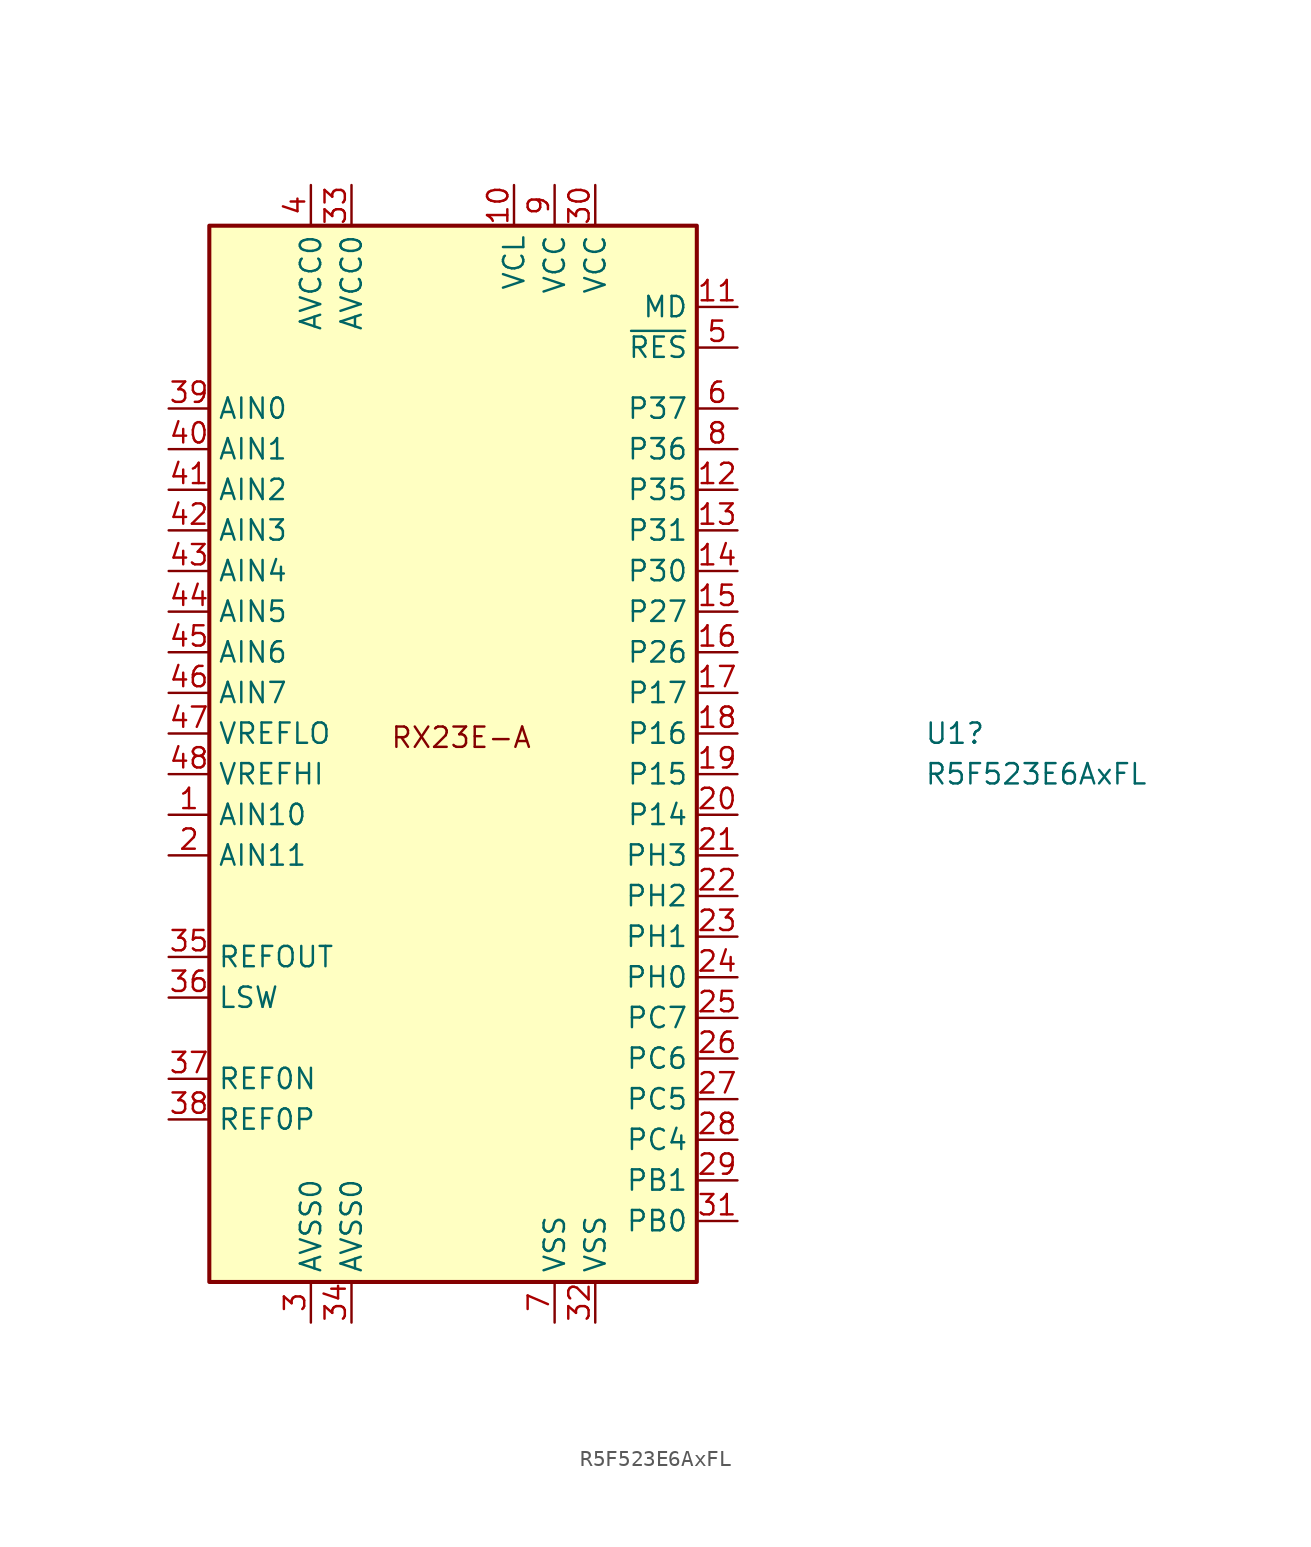
<source format=kicad_sym>
(kicad_symbol_lib
  (version 20231120)
  (generator "kicad_symbol_editor")
  (generator_version "8.0")
  (symbol "R5F523E6AxFL"
    (property "Reference" "U1"
      (at 29.464 1.27 0)
      (effects (font (size 1.27 1.27)) (justify left)))
    (property "Value" "R5F523E6AxFL"
      (at 29.464 -1.27 0)
      (effects (font (size 1.27 1.27)) (justify left)))
    (symbol "R5F523E6AxFL_1_1"
      (rectangle (start -15.24 33.02) (end 15.24 -33.02) (stroke (width 0.254) (type default)) (fill (type background)))
      (text "RX23E-A" (at 0.508 1.016 0) (effects (font (size 1.27 1.27))))
      (pin input line (at -17.78 -3.81 0) (length 2.54) (name "AIN10" (effects (font (size 1.27 1.27)))) (number "1" (effects (font (size 1.27 1.27)))) (alternate "AN004" input line))
      (pin passive line (at 3.81 35.56 270) (length 2.54) (name "VCL" (effects (font (size 1.27 1.27)))) (number "10" (effects (font (size 1.27 1.27)))))
      (pin input line (at 17.78 27.94 180) (length 2.54) (name "MD" (effects (font (size 1.27 1.27)))) (number "11" (effects (font (size 1.27 1.27)))) (alternate "FINED" bidirectional line))
      (pin bidirectional line (at 17.78 16.51 180) (length 2.54) (name "P35" (effects (font (size 1.27 1.27)))) (number "12" (effects (font (size 1.27 1.27)))) (alternate "NMI" input line))
      (pin bidirectional line (at 17.78 13.97 180) (length 2.54) (name "P31" (effects (font (size 1.27 1.27)))) (number "13" (effects (font (size 1.27 1.27)))) (alternate "CTS1#" input line) (alternate "IRQ1" input line) (alternate "MTIOC1A" bidirectional line) (alternate "MTIOC4D" bidirectional line) (alternate "RTS1#" output line) (alternate "SS1#" input line) (alternate "TMO3" output line))
      (pin bidirectional line (at 17.78 11.43 180) (length 2.54) (name "P30" (effects (font (size 1.27 1.27)))) (number "14" (effects (font (size 1.27 1.27)))) (alternate "IRQ0" input line) (alternate "MTIOC0A" bidirectional line) (alternate "MTIOC4B" bidirectional line) (alternate "POE8#" input line) (alternate "RXD1" input line) (alternate "SMISO1" bidirectional line) (alternate "SSCL1" bidirectional line) (alternate "TMCI3" input line))
      (pin bidirectional line (at 17.78 8.89 180) (length 2.54) (name "P27" (effects (font (size 1.27 1.27)))) (number "15" (effects (font (size 1.27 1.27)))) (alternate "IRQ3" input line) (alternate "MTIOC2B" bidirectional line) (alternate "MTIOC4A" bidirectional line) (alternate "SCK1" bidirectional line) (alternate "TMRI3" input line))
      (pin bidirectional line (at 17.78 6.35 180) (length 2.54) (name "P26" (effects (font (size 1.27 1.27)))) (number "16" (effects (font (size 1.27 1.27)))) (alternate "IRQ2" input line) (alternate "MTIOC2A" bidirectional line) (alternate "MTIOC4C" bidirectional line) (alternate "SMOSI1" bidirectional line) (alternate "SSDA1" bidirectional line) (alternate "TMO0" output line) (alternate "TXD1" output line))
      (pin bidirectional line (at 17.78 3.81 180) (length 2.54) (name "P17" (effects (font (size 1.27 1.27)))) (number "17" (effects (font (size 1.27 1.27)))) (alternate "IRQ7" input line) (alternate "MISOA" bidirectional line) (alternate "MTIOC3A" bidirectional line) (alternate "MTIOC3B" bidirectional line) (alternate "POE8#" input line) (alternate "SCK1" bidirectional line) (alternate "SDA" bidirectional line) (alternate "TMO1" output line))
      (pin bidirectional line (at 17.78 1.27 180) (length 2.54) (name "P16" (effects (font (size 1.27 1.27)))) (number "18" (effects (font (size 1.27 1.27)))) (alternate "ADTRG0#" input line) (alternate "IRQ6" input line) (alternate "MOSIA" bidirectional line) (alternate "MTIOC3C" bidirectional line) (alternate "MTIOC3D" bidirectional line) (alternate "SCL" bidirectional line) (alternate "SMOSI1" bidirectional line) (alternate "SSDA1" bidirectional line) (alternate "TMO2" output line) (alternate "TXD1" output line))
      (pin bidirectional line (at 17.78 -1.27 180) (length 2.54) (name "P15" (effects (font (size 1.27 1.27)))) (number "19" (effects (font (size 1.27 1.27)))) (alternate "CRXD0" input line) (alternate "IRQ5" input line) (alternate "MTCLKB" input line) (alternate "MTIOC0B" bidirectional line) (alternate "RXD1" input line) (alternate "SMISO1" bidirectional line) (alternate "SSCL1" bidirectional line) (alternate "SSLA1" output line) (alternate "TMCI2" input line))
      (pin input line (at -17.78 -6.35 0) (length 2.54) (name "AIN11" (effects (font (size 1.27 1.27)))) (number "2" (effects (font (size 1.27 1.27)))) (alternate "AN005" input line))
      (pin bidirectional line (at 17.78 -3.81 180) (length 2.54) (name "P14" (effects (font (size 1.27 1.27)))) (number "20" (effects (font (size 1.27 1.27)))) (alternate "CTS1#" input line) (alternate "CTXD0" output line) (alternate "IRQ4" input line) (alternate "MTCLKA" input line) (alternate "MTIOC3A" bidirectional line) (alternate "RTS1#" output line) (alternate "SS1#" input line) (alternate "SSLA3" output line) (alternate "TMRI2" input line))
      (pin bidirectional line (at 17.78 -6.35 180) (length 2.54) (name "PH3" (effects (font (size 1.27 1.27)))) (number "21" (effects (font (size 1.27 1.27)))) (alternate "CTS6#" input line) (alternate "MTCLKB" input line) (alternate "MTIC5W" input line) (alternate "POE2#" input line) (alternate "RSPCKA" bidirectional line) (alternate "RTS6#" output line) (alternate "SS6#" input line) (alternate "TMCI0" input line))
      (pin bidirectional line (at 17.78 -8.89 180) (length 2.54) (name "PH2" (effects (font (size 1.27 1.27)))) (number "22" (effects (font (size 1.27 1.27)))) (alternate "IRQ1" input line) (alternate "MOSIA" input line) (alternate "MTCLKA" input line) (alternate "MTIC5V" input line) (alternate "SCK5" bidirectional line) (alternate "TMRI0" input line))
      (pin bidirectional line (at 17.78 -11.43 180) (length 2.54) (name "PH1" (effects (font (size 1.27 1.27)))) (number "23" (effects (font (size 1.27 1.27)))) (alternate "CLKOUT" output line) (alternate "IRQ0" input line) (alternate "MTCLKD" input line) (alternate "MTIC5U" input line) (alternate "POE2#" input line) (alternate "SMOSI5" bidirectional line) (alternate "SSDA5" bidirectional line) (alternate "SSLA0" bidirectional line) (alternate "TMO0" output line) (alternate "TXD5" output line))
      (pin bidirectional line (at 17.78 -13.97 180) (length 2.54) (name "PH0" (effects (font (size 1.27 1.27)))) (number "24" (effects (font (size 1.27 1.27)))) (alternate "CACREF" input line) (alternate "MTCLKC" input line) (alternate "MTIOC0D" bidirectional line) (alternate "RXD5" input line) (alternate "SMISO5" bidirectional line) (alternate "SSCL5" bidirectional line) (alternate "SSLA2" output line) (alternate "TMRI0" input line))
      (pin bidirectional line (at 17.78 -16.51 180) (length 2.54) (name "PC7" (effects (font (size 1.27 1.27)))) (number "25" (effects (font (size 1.27 1.27)))) (alternate "CACREF" input line) (alternate "MISOA" bidirectional line) (alternate "MTCLKB" input line) (alternate "MTIOC3A" bidirectional line) (alternate "SMOSI6" bidirectional line) (alternate "SSDA6" bidirectional line) (alternate "TMO2" output line) (alternate "TXD6" output line))
      (pin bidirectional line (at 17.78 -19.05 180) (length 2.54) (name "PC6" (effects (font (size 1.27 1.27)))) (number "26" (effects (font (size 1.27 1.27)))) (alternate "MOSIA" bidirectional line) (alternate "MTCLKA" input line) (alternate "MTIOC3C" bidirectional line) (alternate "RXD6" input line) (alternate "SMISO6" bidirectional line) (alternate "SSCL6" bidirectional line) (alternate "TMCI2" input line))
      (pin bidirectional line (at 17.78 -21.59 180) (length 2.54) (name "PC5" (effects (font (size 1.27 1.27)))) (number "27" (effects (font (size 1.27 1.27)))) (alternate "MTCLKD" input line) (alternate "MTIOC3B" bidirectional line) (alternate "RSPCKA" bidirectional line) (alternate "SCK12" bidirectional line) (alternate "SCK5" bidirectional line) (alternate "SCK6" bidirectional line) (alternate "TMRI2" input line))
      (pin bidirectional line (at 17.78 -24.13 180) (length 2.54) (name "PC4" (effects (font (size 1.27 1.27)))) (number "28" (effects (font (size 1.27 1.27)))) (alternate "CTS12#" input line) (alternate "CTS5#" input line) (alternate "MTCLKC" input line) (alternate "MTIOC3D" bidirectional line) (alternate "POE0#" input line) (alternate "RTS12#" output line) (alternate "RTS5#" output line) (alternate "SS12#" input line) (alternate "SS5#" input line) (alternate "SSLA0 " bidirectional line) (alternate "TMCI1" bidirectional line))
      (pin bidirectional line (at 17.78 -26.67 180) (length 2.54) (name "PB1" (effects (font (size 1.27 1.27)))) (number "29" (effects (font (size 1.27 1.27)))) (alternate "MTIOC1B" bidirectional line) (alternate "MTIOC2A" bidirectional line) (alternate "POE1#" input line) (alternate "SIOX12" bidirectional line) (alternate "SMOSI12" bidirectional line) (alternate "SSDA12" bidirectional line) (alternate "TMRI1" input line) (alternate "TXD12" output line) (alternate "TXDX12" output line))
      (pin power_in line (at -8.89 -35.56 90) (length 2.54) (name "AVSS0" (effects (font (size 1.27 1.27)))) (number "3" (effects (font (size 1.27 1.27)))))
      (pin power_in line (at 8.89 35.56 270) (length 2.54) (name "VCC" (effects (font (size 1.27 1.27)))) (number "30" (effects (font (size 1.27 1.27)))))
      (pin bidirectional line (at 17.78 -29.21 180) (length 2.54) (name "PB0" (effects (font (size 1.27 1.27)))) (number "31" (effects (font (size 1.27 1.27)))) (alternate "IRQ4" input line) (alternate "MTIOC0C" bidirectional line) (alternate "POE3#" input line) (alternate "RXD12" input line) (alternate "RXDX12" input line) (alternate "SMISO12" bidirectional line) (alternate "SSCL12" bidirectional line) (alternate "TMCI0" input line))
      (pin power_in line (at 8.89 -35.56 90) (length 2.54) (name "VSS" (effects (font (size 1.27 1.27)))) (number "32" (effects (font (size 1.27 1.27)))))
      (pin power_in line (at -6.35 35.56 270) (length 2.54) (name "AVCC0" (effects (font (size 1.27 1.27)))) (number "33" (effects (font (size 1.27 1.27)))))
      (pin power_in line (at -6.35 -35.56 90) (length 2.54) (name "AVSS0" (effects (font (size 1.27 1.27)))) (number "34" (effects (font (size 1.27 1.27)))))
      (pin output line (at -17.78 -12.7 0) (length 2.54) (name "REFOUT" (effects (font (size 1.27 1.27)))) (number "35" (effects (font (size 1.27 1.27)))))
      (pin output line (at -17.78 -15.24 0) (length 2.54) (name "LSW" (effects (font (size 1.27 1.27)))) (number "36" (effects (font (size 1.27 1.27)))))
      (pin input line (at -17.78 -20.32 0) (length 2.54) (name "REF0N" (effects (font (size 1.27 1.27)))) (number "37" (effects (font (size 1.27 1.27)))))
      (pin input line (at -17.78 -22.86 0) (length 2.54) (name "REF0P" (effects (font (size 1.27 1.27)))) (number "38" (effects (font (size 1.27 1.27)))))
      (pin input line (at -17.78 21.59 0) (length 2.54) (name "AIN0" (effects (font (size 1.27 1.27)))) (number "39" (effects (font (size 1.27 1.27)))))
      (pin power_in line (at -8.89 35.56 270) (length 2.54) (name "AVCC0" (effects (font (size 1.27 1.27)))) (number "4" (effects (font (size 1.27 1.27)))))
      (pin input line (at -17.78 19.05 0) (length 2.54) (name "AIN1" (effects (font (size 1.27 1.27)))) (number "40" (effects (font (size 1.27 1.27)))))
      (pin input line (at -17.78 16.51 0) (length 2.54) (name "AIN2" (effects (font (size 1.27 1.27)))) (number "41" (effects (font (size 1.27 1.27)))))
      (pin input line (at -17.78 13.97 0) (length 2.54) (name "AIN3" (effects (font (size 1.27 1.27)))) (number "42" (effects (font (size 1.27 1.27)))))
      (pin input line (at -17.78 11.43 0) (length 2.54) (name "AIN4" (effects (font (size 1.27 1.27)))) (number "43" (effects (font (size 1.27 1.27)))) (alternate "REF1N" input line))
      (pin input line (at -17.78 8.89 0) (length 2.54) (name "AIN5" (effects (font (size 1.27 1.27)))) (number "44" (effects (font (size 1.27 1.27)))) (alternate "REF1P" input line))
      (pin input line (at -17.78 6.35 0) (length 2.54) (name "AIN6" (effects (font (size 1.27 1.27)))) (number "45" (effects (font (size 1.27 1.27)))) (alternate "AN000" input line))
      (pin input line (at -17.78 3.81 0) (length 2.54) (name "AIN7" (effects (font (size 1.27 1.27)))) (number "46" (effects (font (size 1.27 1.27)))) (alternate "AN001" input line))
      (pin input line (at -17.78 1.27 0) (length 2.54) (name "VREFLO" (effects (font (size 1.27 1.27)))) (number "47" (effects (font (size 1.27 1.27)))) (alternate "AIN8" input line) (alternate "AN002" input line))
      (pin input line (at -17.78 -1.27 0) (length 2.54) (name "VREFHI" (effects (font (size 1.27 1.27)))) (number "48" (effects (font (size 1.27 1.27)))) (alternate "AIN9" input line) (alternate "AN003" input line))
      (pin input line (at 17.78 25.4 180) (length 2.54) (name "~{RES}" (effects (font (size 1.27 1.27)))) (number "5" (effects (font (size 1.27 1.27)))))
      (pin bidirectional line (at 17.78 21.59 180) (length 2.54) (name "P37" (effects (font (size 1.27 1.27)))) (number "6" (effects (font (size 1.27 1.27)))) (alternate "XTAL" output line))
      (pin power_in line (at 6.35 -35.56 90) (length 2.54) (name "VSS" (effects (font (size 1.27 1.27)))) (number "7" (effects (font (size 1.27 1.27)))))
      (pin bidirectional line (at 17.78 19.05 180) (length 2.54) (name "P36" (effects (font (size 1.27 1.27)))) (number "8" (effects (font (size 1.27 1.27)))) (alternate "EXTAL" input line))
      (pin power_in line (at 6.35 35.56 270) (length 2.54) (name "VCC" (effects (font (size 1.27 1.27)))) (number "9" (effects (font (size 1.27 1.27))))))))
</source>
